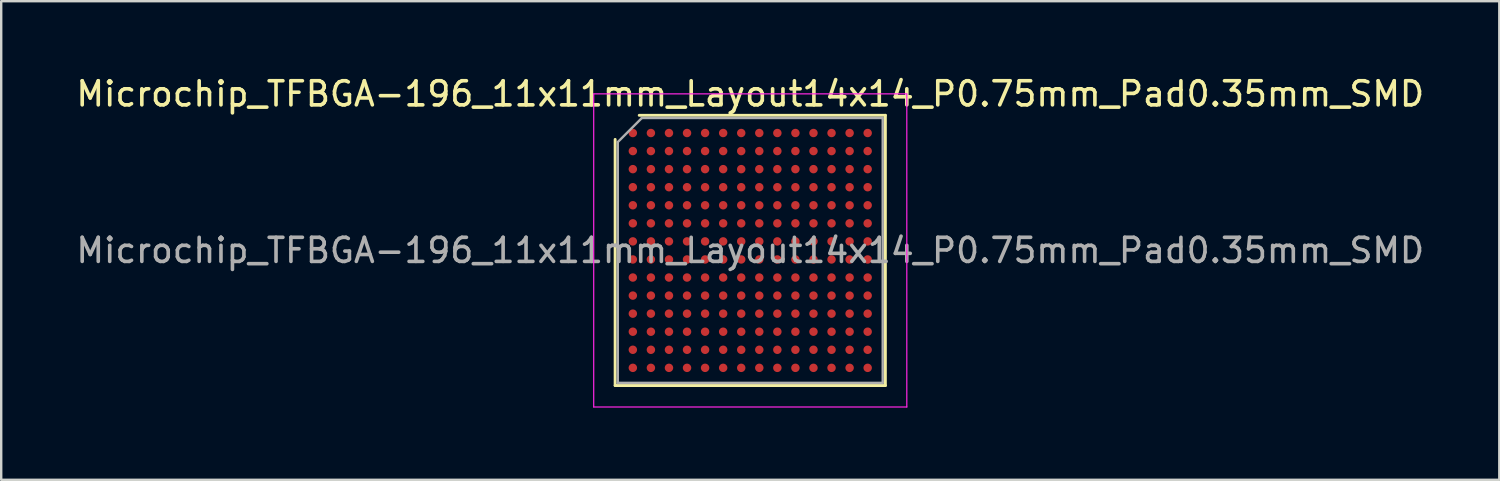
<source format=kicad_pcb>
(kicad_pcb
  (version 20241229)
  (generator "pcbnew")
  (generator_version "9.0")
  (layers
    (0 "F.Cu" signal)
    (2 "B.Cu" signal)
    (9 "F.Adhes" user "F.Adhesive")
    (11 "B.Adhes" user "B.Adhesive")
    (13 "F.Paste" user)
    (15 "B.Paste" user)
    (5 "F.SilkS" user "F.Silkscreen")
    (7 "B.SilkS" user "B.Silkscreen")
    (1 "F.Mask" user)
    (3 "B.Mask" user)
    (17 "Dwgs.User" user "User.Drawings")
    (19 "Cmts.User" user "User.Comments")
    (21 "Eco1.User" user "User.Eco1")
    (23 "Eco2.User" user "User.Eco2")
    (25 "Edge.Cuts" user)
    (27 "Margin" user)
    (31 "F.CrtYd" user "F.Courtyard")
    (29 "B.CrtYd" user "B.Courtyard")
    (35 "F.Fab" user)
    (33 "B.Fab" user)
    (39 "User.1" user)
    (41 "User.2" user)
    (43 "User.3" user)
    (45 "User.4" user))
  (footprint "Microchip_TFBGA-196_11x11mm_Layout14x14_P0.75mm_Pad0.35mm_SMD"
    (layer "F.Cu")
    (at 28.101 7.348)
    (property "Reference" "Microchip_TFBGA-196_11x11mm_Layout14x14_P0.75mm_Pad0.35mm_SMD" (at 0 -6.5 0) (layer "F.SilkS") (effects (font (size 1 1) (thickness 0.15))))
    (attr smd)
    (fp_line (start -5.61 5.61) (end -5.61 -4.61) (stroke (width 0.12) (type solid)) (layer "F.SilkS"))
    (fp_line (start -4.61 -5.61) (end 5.61 -5.61) (stroke (width 0.12) (type solid)) (layer "F.SilkS"))
    (fp_line (start 5.61 -5.61) (end 5.61 5.61) (stroke (width 0.12) (type solid)) (layer "F.SilkS"))
    (fp_line (start 5.61 5.61) (end -5.61 5.61) (stroke (width 0.12) (type solid)) (layer "F.SilkS"))
    (fp_line (start -6.5 -6.5) (end -6.5 6.5) (stroke (width 0.05) (type solid)) (layer "F.CrtYd"))
    (fp_line (start -6.5 6.5) (end 6.5 6.5) (stroke (width 0.05) (type solid)) (layer "F.CrtYd"))
    (fp_line (start 6.5 -6.5) (end -6.5 -6.5) (stroke (width 0.05) (type solid)) (layer "F.CrtYd"))
    (fp_line (start 6.5 6.5) (end 6.5 -6.5) (stroke (width 0.05) (type solid)) (layer "F.CrtYd"))
    (fp_line (start -5.5 -4.5) (end -4.5 -5.5) (stroke (width 0.1) (type solid)) (layer "F.Fab"))
    (fp_line (start -5.5 5.5) (end -5.5 -4.5) (stroke (width 0.1) (type solid)) (layer "F.Fab"))
    (fp_line (start -4.5 -5.5) (end 5.5 -5.5) (stroke (width 0.1) (type solid)) (layer "F.Fab"))
    (fp_line (start 5.5 -5.5) (end 5.5 5.5) (stroke (width 0.1) (type solid)) (layer "F.Fab"))
    (fp_line (start 5.5 5.5) (end -5.5 5.5) (stroke (width 0.1) (type solid)) (layer "F.Fab"))
    (fp_text user "${REFERENCE}" (at 0 0 0) (layer "F.Fab") (effects (font (size 1 1) (thickness 0.15))))
    (pad "A1" smd circle (at -4.875 -4.875) (size 0.35 0.35) (layers "F.Cu" "F.Mask" "F.Paste"))
    (pad "A2" smd circle (at -4.125 -4.875) (size 0.35 0.35) (layers "F.Cu" "F.Mask" "F.Paste"))
    (pad "A3" smd circle (at -3.375 -4.875) (size 0.35 0.35) (layers "F.Cu" "F.Mask" "F.Paste"))
    (pad "A4" smd circle (at -2.625 -4.875) (size 0.35 0.35) (layers "F.Cu" "F.Mask" "F.Paste"))
    (pad "A5" smd circle (at -1.875 -4.875) (size 0.35 0.35) (layers "F.Cu" "F.Mask" "F.Paste"))
    (pad "A6" smd circle (at -1.125 -4.875) (size 0.35 0.35) (layers "F.Cu" "F.Mask" "F.Paste"))
    (pad "A7" smd circle (at -0.375 -4.875) (size 0.35 0.35) (layers "F.Cu" "F.Mask" "F.Paste"))
    (pad "A8" smd circle (at 0.375 -4.875) (size 0.35 0.35) (layers "F.Cu" "F.Mask" "F.Paste"))
    (pad "A9" smd circle (at 1.125 -4.875) (size 0.35 0.35) (layers "F.Cu" "F.Mask" "F.Paste"))
    (pad "A10" smd circle (at 1.875 -4.875) (size 0.35 0.35) (layers "F.Cu" "F.Mask" "F.Paste"))
    (pad "A11" smd circle (at 2.625 -4.875) (size 0.35 0.35) (layers "F.Cu" "F.Mask" "F.Paste"))
    (pad "A12" smd circle (at 3.375 -4.875) (size 0.35 0.35) (layers "F.Cu" "F.Mask" "F.Paste"))
    (pad "A13" smd circle (at 4.125 -4.875) (size 0.35 0.35) (layers "F.Cu" "F.Mask" "F.Paste"))
    (pad "A14" smd circle (at 4.875 -4.875) (size 0.35 0.35) (layers "F.Cu" "F.Mask" "F.Paste"))
    (pad "B1" smd circle (at -4.875 -4.125) (size 0.35 0.35) (layers "F.Cu" "F.Mask" "F.Paste"))
    (pad "B2" smd circle (at -4.125 -4.125) (size 0.35 0.35) (layers "F.Cu" "F.Mask" "F.Paste"))
    (pad "B3" smd circle (at -3.375 -4.125) (size 0.35 0.35) (layers "F.Cu" "F.Mask" "F.Paste"))
    (pad "B4" smd circle (at -2.625 -4.125) (size 0.35 0.35) (layers "F.Cu" "F.Mask" "F.Paste"))
    (pad "B5" smd circle (at -1.875 -4.125) (size 0.35 0.35) (layers "F.Cu" "F.Mask" "F.Paste"))
    (pad "B6" smd circle (at -1.125 -4.125) (size 0.35 0.35) (layers "F.Cu" "F.Mask" "F.Paste"))
    (pad "B7" smd circle (at -0.375 -4.125) (size 0.35 0.35) (layers "F.Cu" "F.Mask" "F.Paste"))
    (pad "B8" smd circle (at 0.375 -4.125) (size 0.35 0.35) (layers "F.Cu" "F.Mask" "F.Paste"))
    (pad "B9" smd circle (at 1.125 -4.125) (size 0.35 0.35) (layers "F.Cu" "F.Mask" "F.Paste"))
    (pad "B10" smd circle (at 1.875 -4.125) (size 0.35 0.35) (layers "F.Cu" "F.Mask" "F.Paste"))
    (pad "B11" smd circle (at 2.625 -4.125) (size 0.35 0.35) (layers "F.Cu" "F.Mask" "F.Paste"))
    (pad "B12" smd circle (at 3.375 -4.125) (size 0.35 0.35) (layers "F.Cu" "F.Mask" "F.Paste"))
    (pad "B13" smd circle (at 4.125 -4.125) (size 0.35 0.35) (layers "F.Cu" "F.Mask" "F.Paste"))
    (pad "B14" smd circle (at 4.875 -4.125) (size 0.35 0.35) (layers "F.Cu" "F.Mask" "F.Paste"))
    (pad "C1" smd circle (at -4.875 -3.375) (size 0.35 0.35) (layers "F.Cu" "F.Mask" "F.Paste"))
    (pad "C2" smd circle (at -4.125 -3.375) (size 0.35 0.35) (layers "F.Cu" "F.Mask" "F.Paste"))
    (pad "C3" smd circle (at -3.375 -3.375) (size 0.35 0.35) (layers "F.Cu" "F.Mask" "F.Paste"))
    (pad "C4" smd circle (at -2.625 -3.375) (size 0.35 0.35) (layers "F.Cu" "F.Mask" "F.Paste"))
    (pad "C5" smd circle (at -1.875 -3.375) (size 0.35 0.35) (layers "F.Cu" "F.Mask" "F.Paste"))
    (pad "C6" smd circle (at -1.125 -3.375) (size 0.35 0.35) (layers "F.Cu" "F.Mask" "F.Paste"))
    (pad "C7" smd circle (at -0.375 -3.375) (size 0.35 0.35) (layers "F.Cu" "F.Mask" "F.Paste"))
    (pad "C8" smd circle (at 0.375 -3.375) (size 0.35 0.35) (layers "F.Cu" "F.Mask" "F.Paste"))
    (pad "C9" smd circle (at 1.125 -3.375) (size 0.35 0.35) (layers "F.Cu" "F.Mask" "F.Paste"))
    (pad "C10" smd circle (at 1.875 -3.375) (size 0.35 0.35) (layers "F.Cu" "F.Mask" "F.Paste"))
    (pad "C11" smd circle (at 2.625 -3.375) (size 0.35 0.35) (layers "F.Cu" "F.Mask" "F.Paste"))
    (pad "C12" smd circle (at 3.375 -3.375) (size 0.35 0.35) (layers "F.Cu" "F.Mask" "F.Paste"))
    (pad "C13" smd circle (at 4.125 -3.375) (size 0.35 0.35) (layers "F.Cu" "F.Mask" "F.Paste"))
    (pad "C14" smd circle (at 4.875 -3.375) (size 0.35 0.35) (layers "F.Cu" "F.Mask" "F.Paste"))
    (pad "D1" smd circle (at -4.875 -2.625) (size 0.35 0.35) (layers "F.Cu" "F.Mask" "F.Paste"))
    (pad "D2" smd circle (at -4.125 -2.625) (size 0.35 0.35) (layers "F.Cu" "F.Mask" "F.Paste"))
    (pad "D3" smd circle (at -3.375 -2.625) (size 0.35 0.35) (layers "F.Cu" "F.Mask" "F.Paste"))
    (pad "D4" smd circle (at -2.625 -2.625) (size 0.35 0.35) (layers "F.Cu" "F.Mask" "F.Paste"))
    (pad "D5" smd circle (at -1.875 -2.625) (size 0.35 0.35) (layers "F.Cu" "F.Mask" "F.Paste"))
    (pad "D6" smd circle (at -1.125 -2.625) (size 0.35 0.35) (layers "F.Cu" "F.Mask" "F.Paste"))
    (pad "D7" smd circle (at -0.375 -2.625) (size 0.35 0.35) (layers "F.Cu" "F.Mask" "F.Paste"))
    (pad "D8" smd circle (at 0.375 -2.625) (size 0.35 0.35) (layers "F.Cu" "F.Mask" "F.Paste"))
    (pad "D9" smd circle (at 1.125 -2.625) (size 0.35 0.35) (layers "F.Cu" "F.Mask" "F.Paste"))
    (pad "D10" smd circle (at 1.875 -2.625) (size 0.35 0.35) (layers "F.Cu" "F.Mask" "F.Paste"))
    (pad "D11" smd circle (at 2.625 -2.625) (size 0.35 0.35) (layers "F.Cu" "F.Mask" "F.Paste"))
    (pad "D12" smd circle (at 3.375 -2.625) (size 0.35 0.35) (layers "F.Cu" "F.Mask" "F.Paste"))
    (pad "D13" smd circle (at 4.125 -2.625) (size 0.35 0.35) (layers "F.Cu" "F.Mask" "F.Paste"))
    (pad "D14" smd circle (at 4.875 -2.625) (size 0.35 0.35) (layers "F.Cu" "F.Mask" "F.Paste"))
    (pad "E1" smd circle (at -4.875 -1.875) (size 0.35 0.35) (layers "F.Cu" "F.Mask" "F.Paste"))
    (pad "E2" smd circle (at -4.125 -1.875) (size 0.35 0.35) (layers "F.Cu" "F.Mask" "F.Paste"))
    (pad "E3" smd circle (at -3.375 -1.875) (size 0.35 0.35) (layers "F.Cu" "F.Mask" "F.Paste"))
    (pad "E4" smd circle (at -2.625 -1.875) (size 0.35 0.35) (layers "F.Cu" "F.Mask" "F.Paste"))
    (pad "E5" smd circle (at -1.875 -1.875) (size 0.35 0.35) (layers "F.Cu" "F.Mask" "F.Paste"))
    (pad "E6" smd circle (at -1.125 -1.875) (size 0.35 0.35) (layers "F.Cu" "F.Mask" "F.Paste"))
    (pad "E7" smd circle (at -0.375 -1.875) (size 0.35 0.35) (layers "F.Cu" "F.Mask" "F.Paste"))
    (pad "E8" smd circle (at 0.375 -1.875) (size 0.35 0.35) (layers "F.Cu" "F.Mask" "F.Paste"))
    (pad "E9" smd circle (at 1.125 -1.875) (size 0.35 0.35) (layers "F.Cu" "F.Mask" "F.Paste"))
    (pad "E10" smd circle (at 1.875 -1.875) (size 0.35 0.35) (layers "F.Cu" "F.Mask" "F.Paste"))
    (pad "E11" smd circle (at 2.625 -1.875) (size 0.35 0.35) (layers "F.Cu" "F.Mask" "F.Paste"))
    (pad "E12" smd circle (at 3.375 -1.875) (size 0.35 0.35) (layers "F.Cu" "F.Mask" "F.Paste"))
    (pad "E13" smd circle (at 4.125 -1.875) (size 0.35 0.35) (layers "F.Cu" "F.Mask" "F.Paste"))
    (pad "E14" smd circle (at 4.875 -1.875) (size 0.35 0.35) (layers "F.Cu" "F.Mask" "F.Paste"))
    (pad "F1" smd circle (at -4.875 -1.125) (size 0.35 0.35) (layers "F.Cu" "F.Mask" "F.Paste"))
    (pad "F2" smd circle (at -4.125 -1.125) (size 0.35 0.35) (layers "F.Cu" "F.Mask" "F.Paste"))
    (pad "F3" smd circle (at -3.375 -1.125) (size 0.35 0.35) (layers "F.Cu" "F.Mask" "F.Paste"))
    (pad "F4" smd circle (at -2.625 -1.125) (size 0.35 0.35) (layers "F.Cu" "F.Mask" "F.Paste"))
    (pad "F5" smd circle (at -1.875 -1.125) (size 0.35 0.35) (layers "F.Cu" "F.Mask" "F.Paste"))
    (pad "F6" smd circle (at -1.125 -1.125) (size 0.35 0.35) (layers "F.Cu" "F.Mask" "F.Paste"))
    (pad "F7" smd circle (at -0.375 -1.125) (size 0.35 0.35) (layers "F.Cu" "F.Mask" "F.Paste"))
    (pad "F8" smd circle (at 0.375 -1.125) (size 0.35 0.35) (layers "F.Cu" "F.Mask" "F.Paste"))
    (pad "F9" smd circle (at 1.125 -1.125) (size 0.35 0.35) (layers "F.Cu" "F.Mask" "F.Paste"))
    (pad "F10" smd circle (at 1.875 -1.125) (size 0.35 0.35) (layers "F.Cu" "F.Mask" "F.Paste"))
    (pad "F11" smd circle (at 2.625 -1.125) (size 0.35 0.35) (layers "F.Cu" "F.Mask" "F.Paste"))
    (pad "F12" smd circle (at 3.375 -1.125) (size 0.35 0.35) (layers "F.Cu" "F.Mask" "F.Paste"))
    (pad "F13" smd circle (at 4.125 -1.125) (size 0.35 0.35) (layers "F.Cu" "F.Mask" "F.Paste"))
    (pad "F14" smd circle (at 4.875 -1.125) (size 0.35 0.35) (layers "F.Cu" "F.Mask" "F.Paste"))
    (pad "G1" smd circle (at -4.875 -0.375) (size 0.35 0.35) (layers "F.Cu" "F.Mask" "F.Paste"))
    (pad "G2" smd circle (at -4.125 -0.375) (size 0.35 0.35) (layers "F.Cu" "F.Mask" "F.Paste"))
    (pad "G3" smd circle (at -3.375 -0.375) (size 0.35 0.35) (layers "F.Cu" "F.Mask" "F.Paste"))
    (pad "G4" smd circle (at -2.625 -0.375) (size 0.35 0.35) (layers "F.Cu" "F.Mask" "F.Paste"))
    (pad "G5" smd circle (at -1.875 -0.375) (size 0.35 0.35) (layers "F.Cu" "F.Mask" "F.Paste"))
    (pad "G6" smd circle (at -1.125 -0.375) (size 0.35 0.35) (layers "F.Cu" "F.Mask" "F.Paste"))
    (pad "G7" smd circle (at -0.375 -0.375) (size 0.35 0.35) (layers "F.Cu" "F.Mask" "F.Paste"))
    (pad "G8" smd circle (at 0.375 -0.375) (size 0.35 0.35) (layers "F.Cu" "F.Mask" "F.Paste"))
    (pad "G9" smd circle (at 1.125 -0.375) (size 0.35 0.35) (layers "F.Cu" "F.Mask" "F.Paste"))
    (pad "G10" smd circle (at 1.875 -0.375) (size 0.35 0.35) (layers "F.Cu" "F.Mask" "F.Paste"))
    (pad "G11" smd circle (at 2.625 -0.375) (size 0.35 0.35) (layers "F.Cu" "F.Mask" "F.Paste"))
    (pad "G12" smd circle (at 3.375 -0.375) (size 0.35 0.35) (layers "F.Cu" "F.Mask" "F.Paste"))
    (pad "G13" smd circle (at 4.125 -0.375) (size 0.35 0.35) (layers "F.Cu" "F.Mask" "F.Paste"))
    (pad "G14" smd circle (at 4.875 -0.375) (size 0.35 0.35) (layers "F.Cu" "F.Mask" "F.Paste"))
    (pad "H1" smd circle (at -4.875 0.375) (size 0.35 0.35) (layers "F.Cu" "F.Mask" "F.Paste"))
    (pad "H2" smd circle (at -4.125 0.375) (size 0.35 0.35) (layers "F.Cu" "F.Mask" "F.Paste"))
    (pad "H3" smd circle (at -3.375 0.375) (size 0.35 0.35) (layers "F.Cu" "F.Mask" "F.Paste"))
    (pad "H4" smd circle (at -2.625 0.375) (size 0.35 0.35) (layers "F.Cu" "F.Mask" "F.Paste"))
    (pad "H5" smd circle (at -1.875 0.375) (size 0.35 0.35) (layers "F.Cu" "F.Mask" "F.Paste"))
    (pad "H6" smd circle (at -1.125 0.375) (size 0.35 0.35) (layers "F.Cu" "F.Mask" "F.Paste"))
    (pad "H7" smd circle (at -0.375 0.375) (size 0.35 0.35) (layers "F.Cu" "F.Mask" "F.Paste"))
    (pad "H8" smd circle (at 0.375 0.375) (size 0.35 0.35) (layers "F.Cu" "F.Mask" "F.Paste"))
    (pad "H9" smd circle (at 1.125 0.375) (size 0.35 0.35) (layers "F.Cu" "F.Mask" "F.Paste"))
    (pad "H10" smd circle (at 1.875 0.375) (size 0.35 0.35) (layers "F.Cu" "F.Mask" "F.Paste"))
    (pad "H11" smd circle (at 2.625 0.375) (size 0.35 0.35) (layers "F.Cu" "F.Mask" "F.Paste"))
    (pad "H12" smd circle (at 3.375 0.375) (size 0.35 0.35) (layers "F.Cu" "F.Mask" "F.Paste"))
    (pad "H13" smd circle (at 4.125 0.375) (size 0.35 0.35) (layers "F.Cu" "F.Mask" "F.Paste"))
    (pad "H14" smd circle (at 4.875 0.375) (size 0.35 0.35) (layers "F.Cu" "F.Mask" "F.Paste"))
    (pad "J1" smd circle (at -4.875 1.125) (size 0.35 0.35) (layers "F.Cu" "F.Mask" "F.Paste"))
    (pad "J2" smd circle (at -4.125 1.125) (size 0.35 0.35) (layers "F.Cu" "F.Mask" "F.Paste"))
    (pad "J3" smd circle (at -3.375 1.125) (size 0.35 0.35) (layers "F.Cu" "F.Mask" "F.Paste"))
    (pad "J4" smd circle (at -2.625 1.125) (size 0.35 0.35) (layers "F.Cu" "F.Mask" "F.Paste"))
    (pad "J5" smd circle (at -1.875 1.125) (size 0.35 0.35) (layers "F.Cu" "F.Mask" "F.Paste"))
    (pad "J6" smd circle (at -1.125 1.125) (size 0.35 0.35) (layers "F.Cu" "F.Mask" "F.Paste"))
    (pad "J7" smd circle (at -0.375 1.125) (size 0.35 0.35) (layers "F.Cu" "F.Mask" "F.Paste"))
    (pad "J8" smd circle (at 0.375 1.125) (size 0.35 0.35) (layers "F.Cu" "F.Mask" "F.Paste"))
    (pad "J9" smd circle (at 1.125 1.125) (size 0.35 0.35) (layers "F.Cu" "F.Mask" "F.Paste"))
    (pad "J10" smd circle (at 1.875 1.125) (size 0.35 0.35) (layers "F.Cu" "F.Mask" "F.Paste"))
    (pad "J11" smd circle (at 2.625 1.125) (size 0.35 0.35) (layers "F.Cu" "F.Mask" "F.Paste"))
    (pad "J12" smd circle (at 3.375 1.125) (size 0.35 0.35) (layers "F.Cu" "F.Mask" "F.Paste"))
    (pad "J13" smd circle (at 4.125 1.125) (size 0.35 0.35) (layers "F.Cu" "F.Mask" "F.Paste"))
    (pad "J14" smd circle (at 4.875 1.125) (size 0.35 0.35) (layers "F.Cu" "F.Mask" "F.Paste"))
    (pad "K1" smd circle (at -4.875 1.875) (size 0.35 0.35) (layers "F.Cu" "F.Mask" "F.Paste"))
    (pad "K2" smd circle (at -4.125 1.875) (size 0.35 0.35) (layers "F.Cu" "F.Mask" "F.Paste"))
    (pad "K3" smd circle (at -3.375 1.875) (size 0.35 0.35) (layers "F.Cu" "F.Mask" "F.Paste"))
    (pad "K4" smd circle (at -2.625 1.875) (size 0.35 0.35) (layers "F.Cu" "F.Mask" "F.Paste"))
    (pad "K5" smd circle (at -1.875 1.875) (size 0.35 0.35) (layers "F.Cu" "F.Mask" "F.Paste"))
    (pad "K6" smd circle (at -1.125 1.875) (size 0.35 0.35) (layers "F.Cu" "F.Mask" "F.Paste"))
    (pad "K7" smd circle (at -0.375 1.875) (size 0.35 0.35) (layers "F.Cu" "F.Mask" "F.Paste"))
    (pad "K8" smd circle (at 0.375 1.875) (size 0.35 0.35) (layers "F.Cu" "F.Mask" "F.Paste"))
    (pad "K9" smd circle (at 1.125 1.875) (size 0.35 0.35) (layers "F.Cu" "F.Mask" "F.Paste"))
    (pad "K10" smd circle (at 1.875 1.875) (size 0.35 0.35) (layers "F.Cu" "F.Mask" "F.Paste"))
    (pad "K11" smd circle (at 2.625 1.875) (size 0.35 0.35) (layers "F.Cu" "F.Mask" "F.Paste"))
    (pad "K12" smd circle (at 3.375 1.875) (size 0.35 0.35) (layers "F.Cu" "F.Mask" "F.Paste"))
    (pad "K13" smd circle (at 4.125 1.875) (size 0.35 0.35) (layers "F.Cu" "F.Mask" "F.Paste"))
    (pad "K14" smd circle (at 4.875 1.875) (size 0.35 0.35) (layers "F.Cu" "F.Mask" "F.Paste"))
    (pad "L1" smd circle (at -4.875 2.625) (size 0.35 0.35) (layers "F.Cu" "F.Mask" "F.Paste"))
    (pad "L2" smd circle (at -4.125 2.625) (size 0.35 0.35) (layers "F.Cu" "F.Mask" "F.Paste"))
    (pad "L3" smd circle (at -3.375 2.625) (size 0.35 0.35) (layers "F.Cu" "F.Mask" "F.Paste"))
    (pad "L4" smd circle (at -2.625 2.625) (size 0.35 0.35) (layers "F.Cu" "F.Mask" "F.Paste"))
    (pad "L5" smd circle (at -1.875 2.625) (size 0.35 0.35) (layers "F.Cu" "F.Mask" "F.Paste"))
    (pad "L6" smd circle (at -1.125 2.625) (size 0.35 0.35) (layers "F.Cu" "F.Mask" "F.Paste"))
    (pad "L7" smd circle (at -0.375 2.625) (size 0.35 0.35) (layers "F.Cu" "F.Mask" "F.Paste"))
    (pad "L8" smd circle (at 0.375 2.625) (size 0.35 0.35) (layers "F.Cu" "F.Mask" "F.Paste"))
    (pad "L9" smd circle (at 1.125 2.625) (size 0.35 0.35) (layers "F.Cu" "F.Mask" "F.Paste"))
    (pad "L10" smd circle (at 1.875 2.625) (size 0.35 0.35) (layers "F.Cu" "F.Mask" "F.Paste"))
    (pad "L11" smd circle (at 2.625 2.625) (size 0.35 0.35) (layers "F.Cu" "F.Mask" "F.Paste"))
    (pad "L12" smd circle (at 3.375 2.625) (size 0.35 0.35) (layers "F.Cu" "F.Mask" "F.Paste"))
    (pad "L13" smd circle (at 4.125 2.625) (size 0.35 0.35) (layers "F.Cu" "F.Mask" "F.Paste"))
    (pad "L14" smd circle (at 4.875 2.625) (size 0.35 0.35) (layers "F.Cu" "F.Mask" "F.Paste"))
    (pad "M1" smd circle (at -4.875 3.375) (size 0.35 0.35) (layers "F.Cu" "F.Mask" "F.Paste"))
    (pad "M2" smd circle (at -4.125 3.375) (size 0.35 0.35) (layers "F.Cu" "F.Mask" "F.Paste"))
    (pad "M3" smd circle (at -3.375 3.375) (size 0.35 0.35) (layers "F.Cu" "F.Mask" "F.Paste"))
    (pad "M4" smd circle (at -2.625 3.375) (size 0.35 0.35) (layers "F.Cu" "F.Mask" "F.Paste"))
    (pad "M5" smd circle (at -1.875 3.375) (size 0.35 0.35) (layers "F.Cu" "F.Mask" "F.Paste"))
    (pad "M6" smd circle (at -1.125 3.375) (size 0.35 0.35) (layers "F.Cu" "F.Mask" "F.Paste"))
    (pad "M7" smd circle (at -0.375 3.375) (size 0.35 0.35) (layers "F.Cu" "F.Mask" "F.Paste"))
    (pad "M8" smd circle (at 0.375 3.375) (size 0.35 0.35) (layers "F.Cu" "F.Mask" "F.Paste"))
    (pad "M9" smd circle (at 1.125 3.375) (size 0.35 0.35) (layers "F.Cu" "F.Mask" "F.Paste"))
    (pad "M10" smd circle (at 1.875 3.375) (size 0.35 0.35) (layers "F.Cu" "F.Mask" "F.Paste"))
    (pad "M11" smd circle (at 2.625 3.375) (size 0.35 0.35) (layers "F.Cu" "F.Mask" "F.Paste"))
    (pad "M12" smd circle (at 3.375 3.375) (size 0.35 0.35) (layers "F.Cu" "F.Mask" "F.Paste"))
    (pad "M13" smd circle (at 4.125 3.375) (size 0.35 0.35) (layers "F.Cu" "F.Mask" "F.Paste"))
    (pad "M14" smd circle (at 4.875 3.375) (size 0.35 0.35) (layers "F.Cu" "F.Mask" "F.Paste"))
    (pad "N1" smd circle (at -4.875 4.125) (size 0.35 0.35) (layers "F.Cu" "F.Mask" "F.Paste"))
    (pad "N2" smd circle (at -4.125 4.125) (size 0.35 0.35) (layers "F.Cu" "F.Mask" "F.Paste"))
    (pad "N3" smd circle (at -3.375 4.125) (size 0.35 0.35) (layers "F.Cu" "F.Mask" "F.Paste"))
    (pad "N4" smd circle (at -2.625 4.125) (size 0.35 0.35) (layers "F.Cu" "F.Mask" "F.Paste"))
    (pad "N5" smd circle (at -1.875 4.125) (size 0.35 0.35) (layers "F.Cu" "F.Mask" "F.Paste"))
    (pad "N6" smd circle (at -1.125 4.125) (size 0.35 0.35) (layers "F.Cu" "F.Mask" "F.Paste"))
    (pad "N7" smd circle (at -0.375 4.125) (size 0.35 0.35) (layers "F.Cu" "F.Mask" "F.Paste"))
    (pad "N8" smd circle (at 0.375 4.125) (size 0.35 0.35) (layers "F.Cu" "F.Mask" "F.Paste"))
    (pad "N9" smd circle (at 1.125 4.125) (size 0.35 0.35) (layers "F.Cu" "F.Mask" "F.Paste"))
    (pad "N10" smd circle (at 1.875 4.125) (size 0.35 0.35) (layers "F.Cu" "F.Mask" "F.Paste"))
    (pad "N11" smd circle (at 2.625 4.125) (size 0.35 0.35) (layers "F.Cu" "F.Mask" "F.Paste"))
    (pad "N12" smd circle (at 3.375 4.125) (size 0.35 0.35) (layers "F.Cu" "F.Mask" "F.Paste"))
    (pad "N13" smd circle (at 4.125 4.125) (size 0.35 0.35) (layers "F.Cu" "F.Mask" "F.Paste"))
    (pad "N14" smd circle (at 4.875 4.125) (size 0.35 0.35) (layers "F.Cu" "F.Mask" "F.Paste"))
    (pad "P1" smd circle (at -4.875 4.875) (size 0.35 0.35) (layers "F.Cu" "F.Mask" "F.Paste"))
    (pad "P2" smd circle (at -4.125 4.875) (size 0.35 0.35) (layers "F.Cu" "F.Mask" "F.Paste"))
    (pad "P3" smd circle (at -3.375 4.875) (size 0.35 0.35) (layers "F.Cu" "F.Mask" "F.Paste"))
    (pad "P4" smd circle (at -2.625 4.875) (size 0.35 0.35) (layers "F.Cu" "F.Mask" "F.Paste"))
    (pad "P5" smd circle (at -1.875 4.875) (size 0.35 0.35) (layers "F.Cu" "F.Mask" "F.Paste"))
    (pad "P6" smd circle (at -1.125 4.875) (size 0.35 0.35) (layers "F.Cu" "F.Mask" "F.Paste"))
    (pad "P7" smd circle (at -0.375 4.875) (size 0.35 0.35) (layers "F.Cu" "F.Mask" "F.Paste"))
    (pad "P8" smd circle (at 0.375 4.875) (size 0.35 0.35) (layers "F.Cu" "F.Mask" "F.Paste"))
    (pad "P9" smd circle (at 1.125 4.875) (size 0.35 0.35) (layers "F.Cu" "F.Mask" "F.Paste"))
    (pad "P10" smd circle (at 1.875 4.875) (size 0.35 0.35) (layers "F.Cu" "F.Mask" "F.Paste"))
    (pad "P11" smd circle (at 2.625 4.875) (size 0.35 0.35) (layers "F.Cu" "F.Mask" "F.Paste"))
    (pad "P12" smd circle (at 3.375 4.875) (size 0.35 0.35) (layers "F.Cu" "F.Mask" "F.Paste"))
    (pad "P13" smd circle (at 4.125 4.875) (size 0.35 0.35) (layers "F.Cu" "F.Mask" "F.Paste"))
    (pad "P14" smd circle (at 4.875 4.875) (size 0.35 0.35) (layers "F.Cu" "F.Mask" "F.Paste")))
  (gr_rect
    (start -3 -3)
    (end 59.202 16.873)
    (stroke (width 0.1) (type default))
    (fill no)
    (layer "Edge.Cuts")))
</source>
